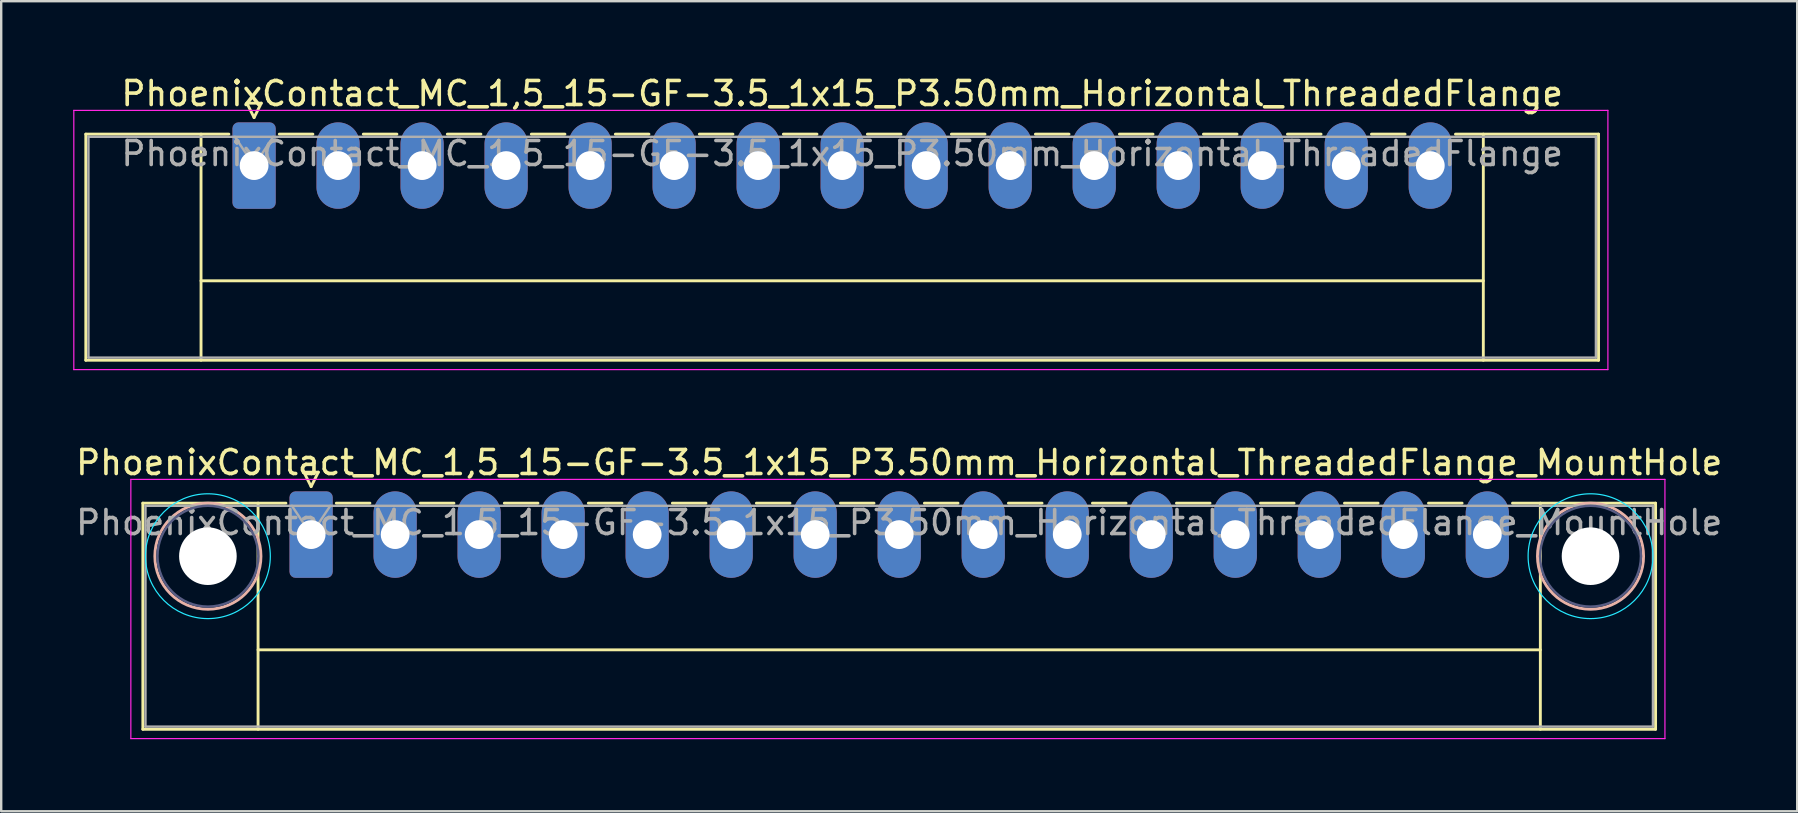
<source format=kicad_pcb>
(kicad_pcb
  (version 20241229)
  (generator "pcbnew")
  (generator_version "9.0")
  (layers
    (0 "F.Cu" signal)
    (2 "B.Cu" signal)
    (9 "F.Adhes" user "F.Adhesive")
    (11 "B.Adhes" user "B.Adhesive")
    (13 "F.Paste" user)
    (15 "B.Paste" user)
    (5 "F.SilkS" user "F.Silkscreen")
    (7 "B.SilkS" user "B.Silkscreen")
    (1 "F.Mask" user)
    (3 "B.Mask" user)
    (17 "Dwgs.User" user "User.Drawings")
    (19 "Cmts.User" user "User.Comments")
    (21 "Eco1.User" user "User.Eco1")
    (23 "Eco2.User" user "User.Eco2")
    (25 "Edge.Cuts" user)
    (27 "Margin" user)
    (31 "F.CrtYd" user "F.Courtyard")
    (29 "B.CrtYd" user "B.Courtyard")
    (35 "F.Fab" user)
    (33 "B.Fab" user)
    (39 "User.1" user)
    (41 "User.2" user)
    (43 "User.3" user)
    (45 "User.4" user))
  (footprint "PhoenixContact_MC_1,5_15-GF-3.5_1x15_P3.50mm_Horizontal_ThreadedFlange"
    (layer "F.Cu")
    (at 7.535 3.848)
    (property "Reference" "PhoenixContact_MC_1,5_15-GF-3.5_1x15_P3.50mm_Horizontal_ThreadedFlange" (at 24.5 -3 0) (layer "F.SilkS") (effects (font (size 1 1) (thickness 0.15))))
    (attr through_hole)
    (fp_line (start -7.01 -1.31) (end -7.01 8.11) (stroke (width 0.12) (type solid)) (layer "F.SilkS"))
    (fp_line (start -7.01 -1.31) (end -1.05 -1.31) (stroke (width 0.12) (type solid)) (layer "F.SilkS"))
    (fp_line (start -7.01 8.11) (end 56.01 8.11) (stroke (width 0.12) (type solid)) (layer "F.SilkS"))
    (fp_line (start -2.21 -1.31) (end -2.21 8.11) (stroke (width 0.12) (type solid)) (layer "F.SilkS"))
    (fp_line (start -2.21 4.8) (end 51.21 4.8) (stroke (width 0.12) (type solid)) (layer "F.SilkS"))
    (fp_line (start -0.3 -2.6) (end 0.3 -2.6) (stroke (width 0.12) (type solid)) (layer "F.SilkS"))
    (fp_line (start 0 -2) (end -0.3 -2.6) (stroke (width 0.12) (type solid)) (layer "F.SilkS"))
    (fp_line (start 0.3 -2.6) (end 0 -2) (stroke (width 0.12) (type solid)) (layer "F.SilkS"))
    (fp_line (start 1.05 -1.31) (end 2.45 -1.31) (stroke (width 0.12) (type solid)) (layer "F.SilkS"))
    (fp_line (start 4.55 -1.31) (end 5.95 -1.31) (stroke (width 0.12) (type solid)) (layer "F.SilkS"))
    (fp_line (start 8.05 -1.31) (end 9.45 -1.31) (stroke (width 0.12) (type solid)) (layer "F.SilkS"))
    (fp_line (start 11.55 -1.31) (end 12.95 -1.31) (stroke (width 0.12) (type solid)) (layer "F.SilkS"))
    (fp_line (start 15.05 -1.31) (end 16.45 -1.31) (stroke (width 0.12) (type solid)) (layer "F.SilkS"))
    (fp_line (start 18.55 -1.31) (end 19.95 -1.31) (stroke (width 0.12) (type solid)) (layer "F.SilkS"))
    (fp_line (start 22.05 -1.31) (end 23.45 -1.31) (stroke (width 0.12) (type solid)) (layer "F.SilkS"))
    (fp_line (start 25.55 -1.31) (end 26.95 -1.31) (stroke (width 0.12) (type solid)) (layer "F.SilkS"))
    (fp_line (start 29.05 -1.31) (end 30.45 -1.31) (stroke (width 0.12) (type solid)) (layer "F.SilkS"))
    (fp_line (start 32.55 -1.31) (end 33.95 -1.31) (stroke (width 0.12) (type solid)) (layer "F.SilkS"))
    (fp_line (start 36.05 -1.31) (end 37.45 -1.31) (stroke (width 0.12) (type solid)) (layer "F.SilkS"))
    (fp_line (start 39.55 -1.31) (end 40.95 -1.31) (stroke (width 0.12) (type solid)) (layer "F.SilkS"))
    (fp_line (start 43.05 -1.31) (end 44.45 -1.31) (stroke (width 0.12) (type solid)) (layer "F.SilkS"))
    (fp_line (start 46.55 -1.31) (end 47.95 -1.31) (stroke (width 0.12) (type solid)) (layer "F.SilkS"))
    (fp_line (start 51.21 -1.31) (end 51.21 8.11) (stroke (width 0.12) (type solid)) (layer "F.SilkS"))
    (fp_line (start 56.01 -1.31) (end 50.05 -1.31) (stroke (width 0.12) (type solid)) (layer "F.SilkS"))
    (fp_line (start 56.01 8.11) (end 56.01 -1.31) (stroke (width 0.12) (type solid)) (layer "F.SilkS"))
    (fp_line (start -7.51 -2.3) (end -7.51 8.5) (stroke (width 0.05) (type solid)) (layer "F.CrtYd"))
    (fp_line (start -7.51 8.5) (end 56.4 8.5) (stroke (width 0.05) (type solid)) (layer "F.CrtYd"))
    (fp_line (start 56.4 -2.3) (end -7.51 -2.3) (stroke (width 0.05) (type solid)) (layer "F.CrtYd"))
    (fp_line (start 56.4 8.5) (end 56.4 -2.3) (stroke (width 0.05) (type solid)) (layer "F.CrtYd"))
    (fp_line (start -6.9 -1.2) (end -6.9 8) (stroke (width 0.1) (type solid)) (layer "F.Fab"))
    (fp_line (start -6.9 8) (end 55.9 8) (stroke (width 0.1) (type solid)) (layer "F.Fab"))
    (fp_line (start 0 0) (end -0.8 -1.2) (stroke (width 0.1) (type solid)) (layer "F.Fab"))
    (fp_line (start 0.8 -1.2) (end 0 0) (stroke (width 0.1) (type solid)) (layer "F.Fab"))
    (fp_line (start 55.9 -1.2) (end -6.9 -1.2) (stroke (width 0.1) (type solid)) (layer "F.Fab"))
    (fp_line (start 55.9 8) (end 55.9 -1.2) (stroke (width 0.1) (type solid)) (layer "F.Fab"))
    (fp_text user "${REFERENCE}" (at 24.5 -0.5 0) (layer "F.Fab") (effects (font (size 1 1) (thickness 0.15))))
    (pad "1" thru_hole roundrect (at 0 0) (size 1.8 3.6) (drill 1.2) (layers "*.Cu" "*.Mask") (roundrect_rratio 0.139))
    (pad "2" thru_hole oval (at 3.5 0) (size 1.8 3.6) (drill 1.2) (layers "*.Cu" "*.Mask"))
    (pad "3" thru_hole oval (at 7 0) (size 1.8 3.6) (drill 1.2) (layers "*.Cu" "*.Mask"))
    (pad "4" thru_hole oval (at 10.5 0) (size 1.8 3.6) (drill 1.2) (layers "*.Cu" "*.Mask"))
    (pad "5" thru_hole oval (at 14 0) (size 1.8 3.6) (drill 1.2) (layers "*.Cu" "*.Mask"))
    (pad "6" thru_hole oval (at 17.5 0) (size 1.8 3.6) (drill 1.2) (layers "*.Cu" "*.Mask"))
    (pad "7" thru_hole oval (at 21 0) (size 1.8 3.6) (drill 1.2) (layers "*.Cu" "*.Mask"))
    (pad "8" thru_hole oval (at 24.5 0) (size 1.8 3.6) (drill 1.2) (layers "*.Cu" "*.Mask"))
    (pad "9" thru_hole oval (at 28 0) (size 1.8 3.6) (drill 1.2) (layers "*.Cu" "*.Mask"))
    (pad "10" thru_hole oval (at 31.5 0) (size 1.8 3.6) (drill 1.2) (layers "*.Cu" "*.Mask"))
    (pad "11" thru_hole oval (at 35 0) (size 1.8 3.6) (drill 1.2) (layers "*.Cu" "*.Mask"))
    (pad "12" thru_hole oval (at 38.5 0) (size 1.8 3.6) (drill 1.2) (layers "*.Cu" "*.Mask"))
    (pad "13" thru_hole oval (at 42 0) (size 1.8 3.6) (drill 1.2) (layers "*.Cu" "*.Mask"))
    (pad "14" thru_hole oval (at 45.5 0) (size 1.8 3.6) (drill 1.2) (layers "*.Cu" "*.Mask"))
    (pad "15" thru_hole oval (at 49 0) (size 1.8 3.6) (drill 1.2) (layers "*.Cu" "*.Mask")))
  (footprint "PhoenixContact_MC_1,5_15-GF-3.5_1x15_P3.50mm_Horizontal_ThreadedFlange_MountHole"
    (layer "F.Cu")
    (at 9.911 19.221)
    (property "Reference" "PhoenixContact_MC_1,5_15-GF-3.5_1x15_P3.50mm_Horizontal_ThreadedFlange_MountHole" (at 24.5 -3 0) (layer "F.SilkS") (effects (font (size 1 1) (thickness 0.15))))
    (attr through_hole)
    (fp_line (start -7.01 -1.31) (end -7.01 8.11) (stroke (width 0.12) (type solid)) (layer "F.SilkS"))
    (fp_line (start -7.01 -1.31) (end -1.05 -1.31) (stroke (width 0.12) (type solid)) (layer "F.SilkS"))
    (fp_line (start -7.01 8.11) (end 56.01 8.11) (stroke (width 0.12) (type solid)) (layer "F.SilkS"))
    (fp_line (start -2.21 -1.31) (end -2.21 8.11) (stroke (width 0.12) (type solid)) (layer "F.SilkS"))
    (fp_line (start -2.21 4.8) (end 51.21 4.8) (stroke (width 0.12) (type solid)) (layer "F.SilkS"))
    (fp_line (start -0.3 -2.6) (end 0.3 -2.6) (stroke (width 0.12) (type solid)) (layer "F.SilkS"))
    (fp_line (start 0 -2) (end -0.3 -2.6) (stroke (width 0.12) (type solid)) (layer "F.SilkS"))
    (fp_line (start 0.3 -2.6) (end 0 -2) (stroke (width 0.12) (type solid)) (layer "F.SilkS"))
    (fp_line (start 1.05 -1.31) (end 2.45 -1.31) (stroke (width 0.12) (type solid)) (layer "F.SilkS"))
    (fp_line (start 4.55 -1.31) (end 5.95 -1.31) (stroke (width 0.12) (type solid)) (layer "F.SilkS"))
    (fp_line (start 8.05 -1.31) (end 9.45 -1.31) (stroke (width 0.12) (type solid)) (layer "F.SilkS"))
    (fp_line (start 11.55 -1.31) (end 12.95 -1.31) (stroke (width 0.12) (type solid)) (layer "F.SilkS"))
    (fp_line (start 15.05 -1.31) (end 16.45 -1.31) (stroke (width 0.12) (type solid)) (layer "F.SilkS"))
    (fp_line (start 18.55 -1.31) (end 19.95 -1.31) (stroke (width 0.12) (type solid)) (layer "F.SilkS"))
    (fp_line (start 22.05 -1.31) (end 23.45 -1.31) (stroke (width 0.12) (type solid)) (layer "F.SilkS"))
    (fp_line (start 25.55 -1.31) (end 26.95 -1.31) (stroke (width 0.12) (type solid)) (layer "F.SilkS"))
    (fp_line (start 29.05 -1.31) (end 30.45 -1.31) (stroke (width 0.12) (type solid)) (layer "F.SilkS"))
    (fp_line (start 32.55 -1.31) (end 33.95 -1.31) (stroke (width 0.12) (type solid)) (layer "F.SilkS"))
    (fp_line (start 36.05 -1.31) (end 37.45 -1.31) (stroke (width 0.12) (type solid)) (layer "F.SilkS"))
    (fp_line (start 39.55 -1.31) (end 40.95 -1.31) (stroke (width 0.12) (type solid)) (layer "F.SilkS"))
    (fp_line (start 43.05 -1.31) (end 44.45 -1.31) (stroke (width 0.12) (type solid)) (layer "F.SilkS"))
    (fp_line (start 46.55 -1.31) (end 47.95 -1.31) (stroke (width 0.12) (type solid)) (layer "F.SilkS"))
    (fp_line (start 51.21 -1.31) (end 51.21 8.11) (stroke (width 0.12) (type solid)) (layer "F.SilkS"))
    (fp_line (start 56.01 -1.31) (end 50.05 -1.31) (stroke (width 0.12) (type solid)) (layer "F.SilkS"))
    (fp_line (start 56.01 8.11) (end 56.01 -1.31) (stroke (width 0.12) (type solid)) (layer "F.SilkS"))
    (fp_circle (center -4.3 0.9) (end -2.09 0.9) (stroke (width 0.12) (type solid)) (fill no) (layer "B.SilkS"))
    (fp_circle (center 53.3 0.9) (end 55.51 0.9) (stroke (width 0.12) (type solid)) (fill no) (layer "B.SilkS"))
    (fp_circle (center -4.3 0.9) (end -1.7 0.9) (stroke (width 0.05) (type solid)) (fill no) (layer "B.CrtYd"))
    (fp_circle (center 53.3 0.9) (end 55.9 0.9) (stroke (width 0.05) (type solid)) (fill no) (layer "B.CrtYd"))
    (fp_line (start -7.51 -2.3) (end -7.51 8.5) (stroke (width 0.05) (type solid)) (layer "F.CrtYd"))
    (fp_line (start -7.51 8.5) (end 56.4 8.5) (stroke (width 0.05) (type solid)) (layer "F.CrtYd"))
    (fp_line (start 56.4 -2.3) (end -7.51 -2.3) (stroke (width 0.05) (type solid)) (layer "F.CrtYd"))
    (fp_line (start 56.4 8.5) (end 56.4 -2.3) (stroke (width 0.05) (type solid)) (layer "F.CrtYd"))
    (fp_circle (center -4.3 0.9) (end -2.2 0.9) (stroke (width 0.1) (type solid)) (fill no) (layer "B.Fab"))
    (fp_circle (center 53.3 0.9) (end 55.4 0.9) (stroke (width 0.1) (type solid)) (fill no) (layer "B.Fab"))
    (fp_line (start -6.9 -1.2) (end -6.9 8) (stroke (width 0.1) (type solid)) (layer "F.Fab"))
    (fp_line (start -6.9 8) (end 55.9 8) (stroke (width 0.1) (type solid)) (layer "F.Fab"))
    (fp_line (start 0 0) (end -0.8 -1.2) (stroke (width 0.1) (type solid)) (layer "F.Fab"))
    (fp_line (start 0.8 -1.2) (end 0 0) (stroke (width 0.1) (type solid)) (layer "F.Fab"))
    (fp_line (start 55.9 -1.2) (end -6.9 -1.2) (stroke (width 0.1) (type solid)) (layer "F.Fab"))
    (fp_line (start 55.9 8) (end 55.9 -1.2) (stroke (width 0.1) (type solid)) (layer "F.Fab"))
    (fp_text user "${REFERENCE}" (at 24.5 -0.5 0) (layer "F.Fab") (effects (font (size 1 1) (thickness 0.15))))
    (pad "" np_thru_hole circle (at -4.3 0.9) (size 2.4 2.4) (drill 2.4) (layers "*.Cu" "*.Mask"))
    (pad "" np_thru_hole circle (at 53.3 0.9) (size 2.4 2.4) (drill 2.4) (layers "*.Cu" "*.Mask"))
    (pad "1" thru_hole roundrect (at 0 0) (size 1.8 3.6) (drill 1.2) (layers "*.Cu" "*.Mask") (roundrect_rratio 0.139))
    (pad "2" thru_hole oval (at 3.5 0) (size 1.8 3.6) (drill 1.2) (layers "*.Cu" "*.Mask"))
    (pad "3" thru_hole oval (at 7 0) (size 1.8 3.6) (drill 1.2) (layers "*.Cu" "*.Mask"))
    (pad "4" thru_hole oval (at 10.5 0) (size 1.8 3.6) (drill 1.2) (layers "*.Cu" "*.Mask"))
    (pad "5" thru_hole oval (at 14 0) (size 1.8 3.6) (drill 1.2) (layers "*.Cu" "*.Mask"))
    (pad "6" thru_hole oval (at 17.5 0) (size 1.8 3.6) (drill 1.2) (layers "*.Cu" "*.Mask"))
    (pad "7" thru_hole oval (at 21 0) (size 1.8 3.6) (drill 1.2) (layers "*.Cu" "*.Mask"))
    (pad "8" thru_hole oval (at 24.5 0) (size 1.8 3.6) (drill 1.2) (layers "*.Cu" "*.Mask"))
    (pad "9" thru_hole oval (at 28 0) (size 1.8 3.6) (drill 1.2) (layers "*.Cu" "*.Mask"))
    (pad "10" thru_hole oval (at 31.5 0) (size 1.8 3.6) (drill 1.2) (layers "*.Cu" "*.Mask"))
    (pad "11" thru_hole oval (at 35 0) (size 1.8 3.6) (drill 1.2) (layers "*.Cu" "*.Mask"))
    (pad "12" thru_hole oval (at 38.5 0) (size 1.8 3.6) (drill 1.2) (layers "*.Cu" "*.Mask"))
    (pad "13" thru_hole oval (at 42 0) (size 1.8 3.6) (drill 1.2) (layers "*.Cu" "*.Mask"))
    (pad "14" thru_hole oval (at 45.5 0) (size 1.8 3.6) (drill 1.2) (layers "*.Cu" "*.Mask"))
    (pad "15" thru_hole oval (at 49 0) (size 1.8 3.6) (drill 1.2) (layers "*.Cu" "*.Mask")))
  (gr_rect
    (start -3 -3)
    (end 71.821 30.747)
    (stroke (width 0.1) (type default))
    (fill no)
    (layer "Edge.Cuts")))
</source>
